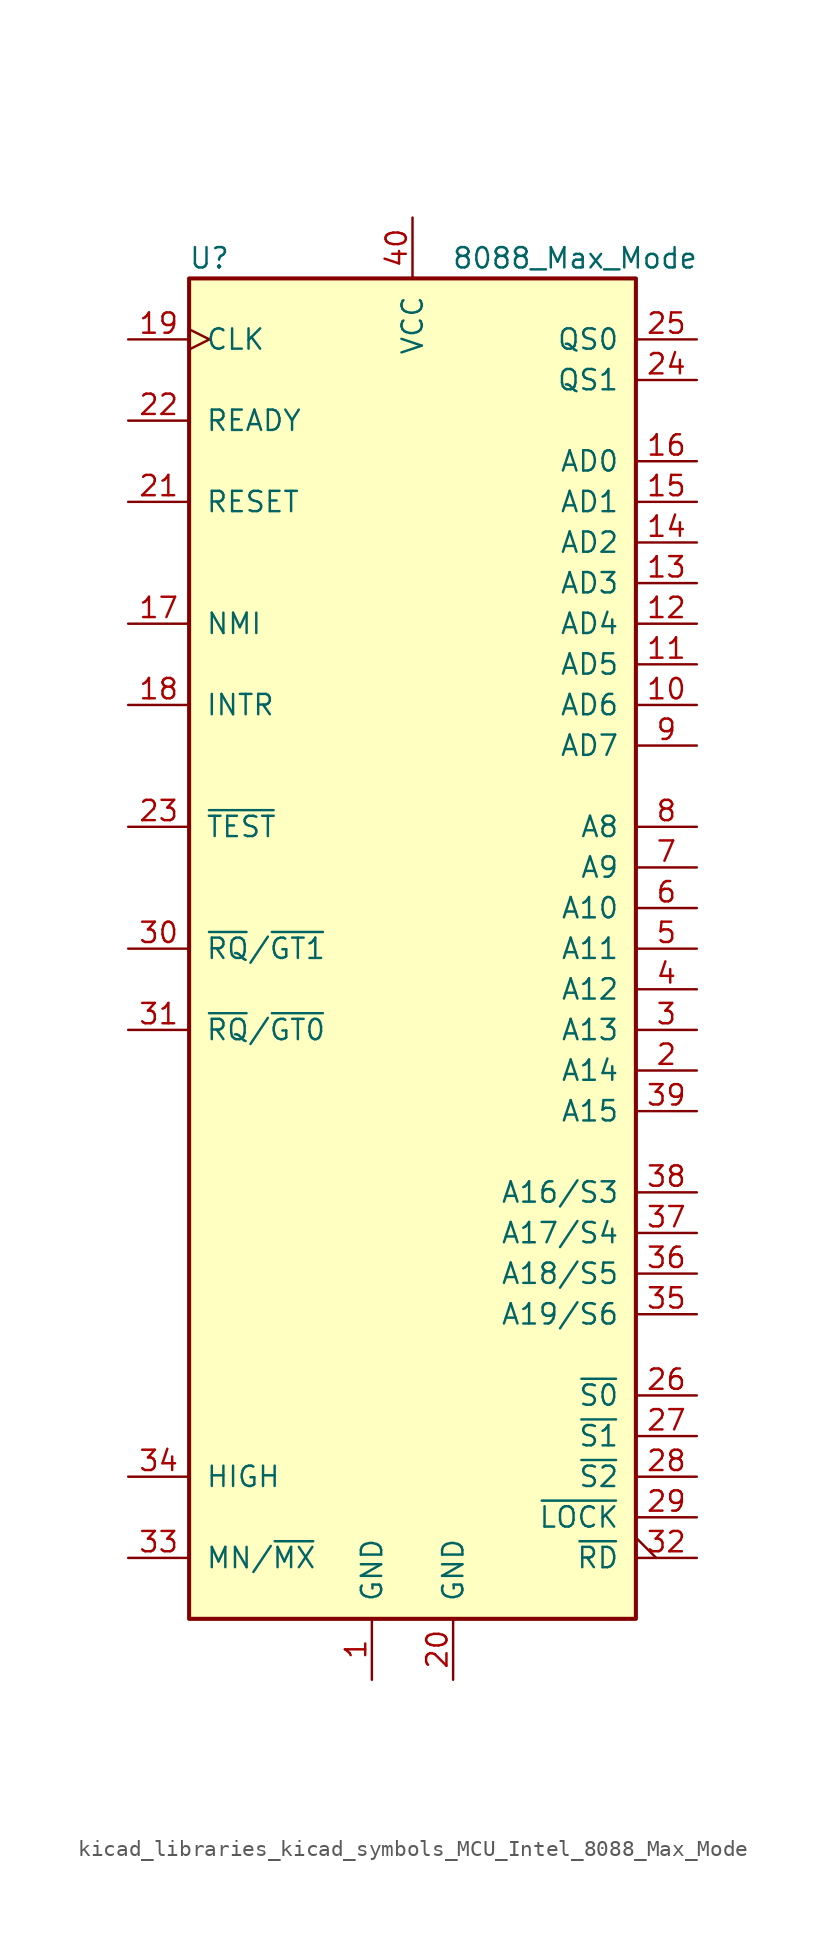
<source format=kicad_sym>
(kicad_symbol_lib
  (version 20220914)
  (generator kicad_symbol_editor)
  (symbol "kicad_libraries_kicad_symbols_MCU_Intel_8088_Max_Mode"
    (pin_names
      (offset 1.016))
    (property "Reference" "U"
      (at -12.7 43.18 0)
      (effects (font (size 1.27 1.27))))
    (property "Value" "8088_Max_Mode"
      (at 10.16 43.18 0)
      (effects (font (size 1.27 1.27))))
    (symbol "kicad_libraries_kicad_symbols_MCU_Intel_8088_Max_Mode_0_1"
      (rectangle (start 13.97 -41.91) (end -13.97 41.91) (stroke (width 0.254) (type default)) (fill (type background))))
    (symbol "kicad_libraries_kicad_symbols_MCU_Intel_8088_Max_Mode_1_1"
      (pin power_in line (at -2.54 -45.72 90) (length 3.81) (name "GND" (effects (font (size 1.27 1.27)))) (number "1" (effects (font (size 1.27 1.27)))))
      (pin bidirectional line (at 17.78 15.24 180) (length 3.81) (name "AD6" (effects (font (size 1.27 1.27)))) (number "10" (effects (font (size 1.27 1.27)))))
      (pin bidirectional line (at 17.78 17.78 180) (length 3.81) (name "AD5" (effects (font (size 1.27 1.27)))) (number "11" (effects (font (size 1.27 1.27)))))
      (pin bidirectional line (at 17.78 20.32 180) (length 3.81) (name "AD4" (effects (font (size 1.27 1.27)))) (number "12" (effects (font (size 1.27 1.27)))))
      (pin bidirectional line (at 17.78 22.86 180) (length 3.81) (name "AD3" (effects (font (size 1.27 1.27)))) (number "13" (effects (font (size 1.27 1.27)))))
      (pin bidirectional line (at 17.78 25.4 180) (length 3.81) (name "AD2" (effects (font (size 1.27 1.27)))) (number "14" (effects (font (size 1.27 1.27)))))
      (pin bidirectional line (at 17.78 27.94 180) (length 3.81) (name "AD1" (effects (font (size 1.27 1.27)))) (number "15" (effects (font (size 1.27 1.27)))))
      (pin bidirectional line (at 17.78 30.48 180) (length 3.81) (name "AD0" (effects (font (size 1.27 1.27)))) (number "16" (effects (font (size 1.27 1.27)))))
      (pin input line (at -17.78 20.32 0) (length 3.81) (name "NMI" (effects (font (size 1.27 1.27)))) (number "17" (effects (font (size 1.27 1.27)))))
      (pin input line (at -17.78 15.24 0) (length 3.81) (name "INTR" (effects (font (size 1.27 1.27)))) (number "18" (effects (font (size 1.27 1.27)))))
      (pin input clock (at -17.78 38.1 0) (length 3.81) (name "CLK" (effects (font (size 1.27 1.27)))) (number "19" (effects (font (size 1.27 1.27)))))
      (pin output line (at 17.78 -7.62 180) (length 3.81) (name "A14" (effects (font (size 1.27 1.27)))) (number "2" (effects (font (size 1.27 1.27)))))
      (pin power_in line (at 2.54 -45.72 90) (length 3.81) (name "GND" (effects (font (size 1.27 1.27)))) (number "20" (effects (font (size 1.27 1.27)))))
      (pin input line (at -17.78 27.94 0) (length 3.81) (name "RESET" (effects (font (size 1.27 1.27)))) (number "21" (effects (font (size 1.27 1.27)))))
      (pin input line (at -17.78 33.02 0) (length 3.81) (name "READY" (effects (font (size 1.27 1.27)))) (number "22" (effects (font (size 1.27 1.27)))))
      (pin input line (at -17.78 7.62 0) (length 3.81) (name "~{TEST}" (effects (font (size 1.27 1.27)))) (number "23" (effects (font (size 1.27 1.27)))))
      (pin output line (at 17.78 35.56 180) (length 3.81) (name "QS1" (effects (font (size 1.27 1.27)))) (number "24" (effects (font (size 1.27 1.27)))))
      (pin output line (at 17.78 38.1 180) (length 3.81) (name "QS0" (effects (font (size 1.27 1.27)))) (number "25" (effects (font (size 1.27 1.27)))))
      (pin output line (at 17.78 -27.94 180) (length 3.81) (name "~{S0}" (effects (font (size 1.27 1.27)))) (number "26" (effects (font (size 1.27 1.27)))))
      (pin output line (at 17.78 -30.48 180) (length 3.81) (name "~{S1}" (effects (font (size 1.27 1.27)))) (number "27" (effects (font (size 1.27 1.27)))))
      (pin output line (at 17.78 -33.02 180) (length 3.81) (name "~{S2}" (effects (font (size 1.27 1.27)))) (number "28" (effects (font (size 1.27 1.27)))))
      (pin output line (at 17.78 -35.56 180) (length 3.81) (name "~{LOCK}" (effects (font (size 1.27 1.27)))) (number "29" (effects (font (size 1.27 1.27)))))
      (pin output line (at 17.78 -5.08 180) (length 3.81) (name "A13" (effects (font (size 1.27 1.27)))) (number "3" (effects (font (size 1.27 1.27)))))
      (pin bidirectional line (at -17.78 0 0) (length 3.81) (name "~{RQ}/~{GT1}" (effects (font (size 1.27 1.27)))) (number "30" (effects (font (size 1.27 1.27)))))
      (pin bidirectional line (at -17.78 -5.08 0) (length 3.81) (name "~{RQ}/~{GT0}" (effects (font (size 1.27 1.27)))) (number "31" (effects (font (size 1.27 1.27)))))
      (pin output output_low (at 17.78 -38.1 180) (length 3.81) (name "~{RD}" (effects (font (size 1.27 1.27)))) (number "32" (effects (font (size 1.27 1.27)))))
      (pin input line (at -17.78 -38.1 0) (length 3.81) (name "MN/~{MX}" (effects (font (size 1.27 1.27)))) (number "33" (effects (font (size 1.27 1.27)))))
      (pin output line (at -17.78 -33.02 0) (length 3.81) (name "HIGH" (effects (font (size 1.27 1.27)))) (number "34" (effects (font (size 1.27 1.27)))))
      (pin output line (at 17.78 -22.86 180) (length 3.81) (name "A19/S6" (effects (font (size 1.27 1.27)))) (number "35" (effects (font (size 1.27 1.27)))))
      (pin output line (at 17.78 -20.32 180) (length 3.81) (name "A18/S5" (effects (font (size 1.27 1.27)))) (number "36" (effects (font (size 1.27 1.27)))))
      (pin output line (at 17.78 -17.78 180) (length 3.81) (name "A17/S4" (effects (font (size 1.27 1.27)))) (number "37" (effects (font (size 1.27 1.27)))))
      (pin output line (at 17.78 -15.24 180) (length 3.81) (name "A16/S3" (effects (font (size 1.27 1.27)))) (number "38" (effects (font (size 1.27 1.27)))))
      (pin output line (at 17.78 -10.16 180) (length 3.81) (name "A15" (effects (font (size 1.27 1.27)))) (number "39" (effects (font (size 1.27 1.27)))))
      (pin output line (at 17.78 -2.54 180) (length 3.81) (name "A12" (effects (font (size 1.27 1.27)))) (number "4" (effects (font (size 1.27 1.27)))))
      (pin power_in line (at 0 45.72 270) (length 3.81) (name "VCC" (effects (font (size 1.27 1.27)))) (number "40" (effects (font (size 1.27 1.27)))))
      (pin output line (at 17.78 0 180) (length 3.81) (name "A11" (effects (font (size 1.27 1.27)))) (number "5" (effects (font (size 1.27 1.27)))))
      (pin output line (at 17.78 2.54 180) (length 3.81) (name "A10" (effects (font (size 1.27 1.27)))) (number "6" (effects (font (size 1.27 1.27)))))
      (pin output line (at 17.78 5.08 180) (length 3.81) (name "A9" (effects (font (size 1.27 1.27)))) (number "7" (effects (font (size 1.27 1.27)))))
      (pin output line (at 17.78 7.62 180) (length 3.81) (name "A8" (effects (font (size 1.27 1.27)))) (number "8" (effects (font (size 1.27 1.27)))))
      (pin bidirectional line (at 17.78 12.7 180) (length 3.81) (name "AD7" (effects (font (size 1.27 1.27)))) (number "9" (effects (font (size 1.27 1.27))))))))
</source>
